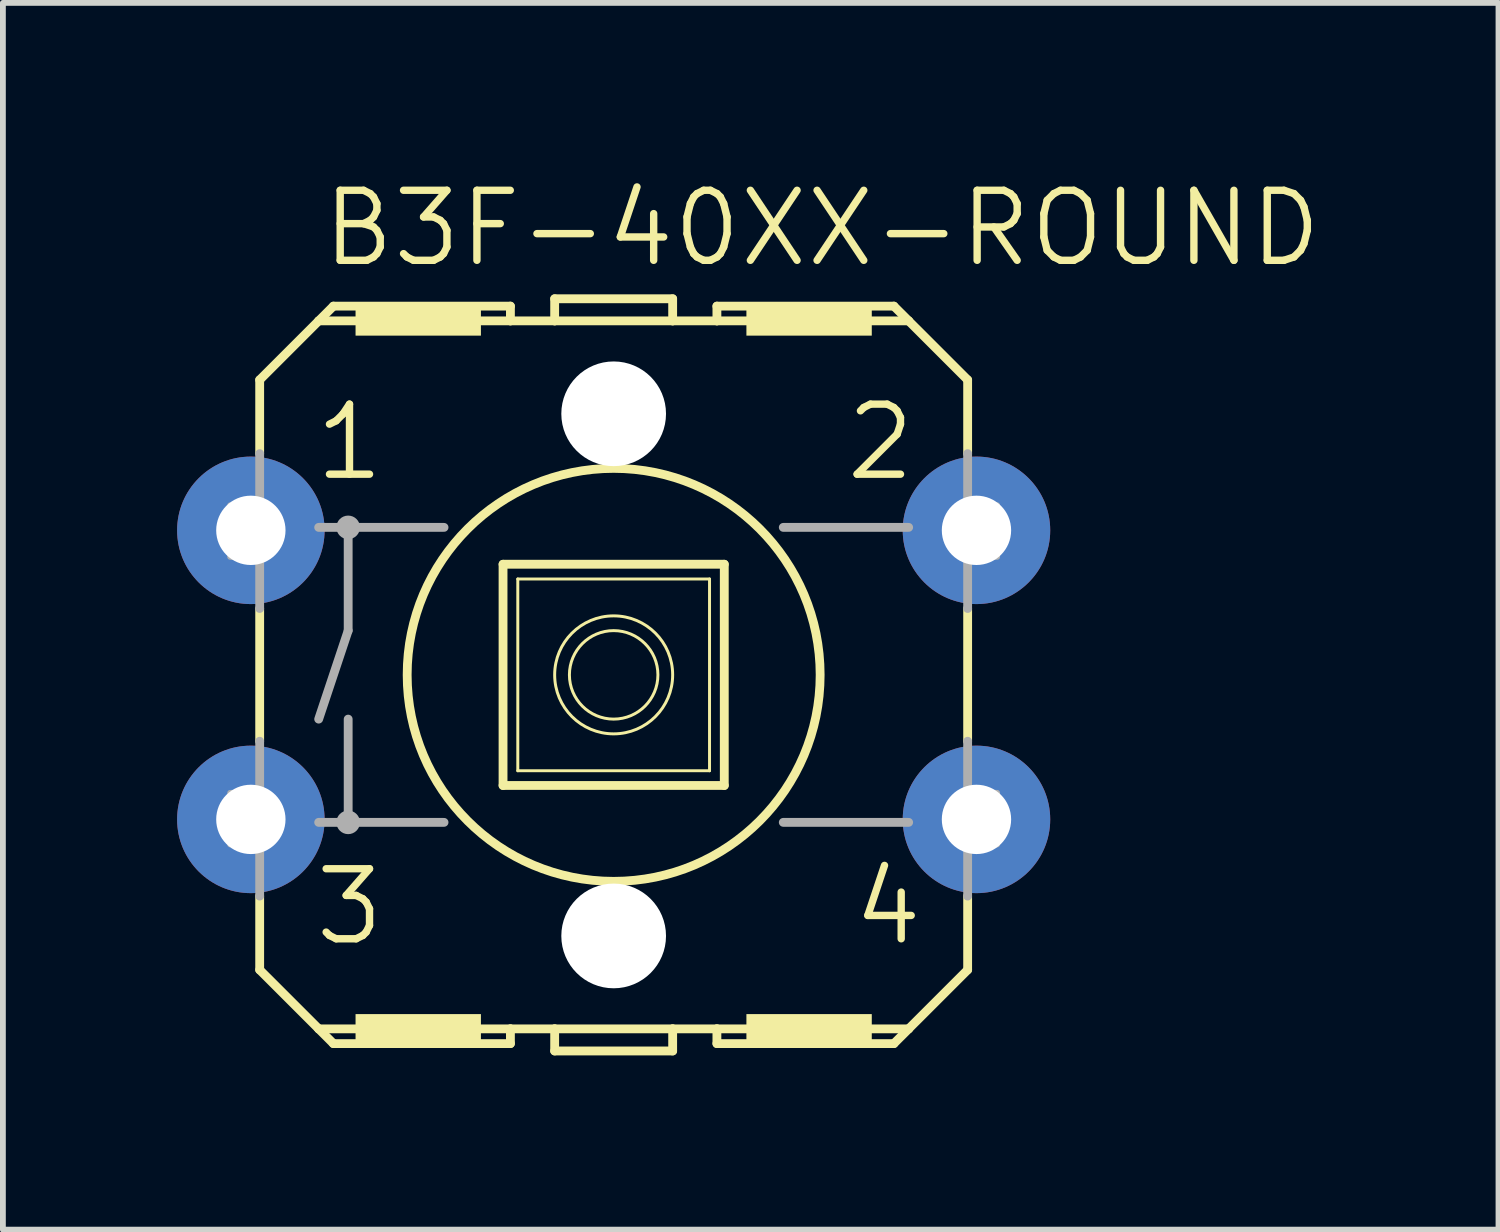
<source format=kicad_pcb>
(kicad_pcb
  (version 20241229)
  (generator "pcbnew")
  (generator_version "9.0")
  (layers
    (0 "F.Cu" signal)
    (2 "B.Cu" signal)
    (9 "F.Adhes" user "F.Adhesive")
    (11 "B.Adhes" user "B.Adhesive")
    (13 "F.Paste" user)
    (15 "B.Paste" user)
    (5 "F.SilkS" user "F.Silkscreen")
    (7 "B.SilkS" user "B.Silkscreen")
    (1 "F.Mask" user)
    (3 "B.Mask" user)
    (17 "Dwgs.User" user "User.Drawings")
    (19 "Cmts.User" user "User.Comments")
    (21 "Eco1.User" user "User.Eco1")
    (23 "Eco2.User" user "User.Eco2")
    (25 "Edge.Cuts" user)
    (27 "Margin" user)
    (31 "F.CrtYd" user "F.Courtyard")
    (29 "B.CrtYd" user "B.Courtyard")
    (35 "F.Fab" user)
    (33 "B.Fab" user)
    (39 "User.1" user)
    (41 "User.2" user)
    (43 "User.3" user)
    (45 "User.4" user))
  (footprint "B3F-40XX-ROUND"
    (layer "F.Cu")
    (at 7.518 8.572)
    (property "Reference" "B3F-40XX-ROUND" (at -5.08 -6.985 0) (layer "F.SilkS") (effects (font (size 1.206 1.206) (thickness 0.127)) (justify left bottom)))
    (attr through_hole)
    (fp_line (start -6.096 -5.08) (end -6.096 -3.81) (stroke (width 0.152) (type solid)) (layer "F.SilkS"))
    (fp_line (start -6.096 -1.143) (end -6.096 1.143) (stroke (width 0.152) (type solid)) (layer "F.SilkS"))
    (fp_line (start -6.096 3.81) (end -6.096 5.08) (stroke (width 0.152) (type solid)) (layer "F.SilkS"))
    (fp_line (start -6.096 5.08) (end -5.08 6.096) (stroke (width 0.152) (type solid)) (layer "F.SilkS"))
    (fp_line (start -5.08 -6.096) (end -6.096 -5.08) (stroke (width 0.152) (type solid)) (layer "F.SilkS"))
    (fp_line (start -5.08 -6.096) (end -4.826 -6.35) (stroke (width 0.152) (type solid)) (layer "F.SilkS"))
    (fp_line (start -5.08 -6.096) (end -1.778 -6.096) (stroke (width 0.152) (type solid)) (layer "F.SilkS"))
    (fp_line (start -5.08 6.096) (end -1.778 6.096) (stroke (width 0.152) (type solid)) (layer "F.SilkS"))
    (fp_line (start -4.826 6.35) (end -5.08 6.096) (stroke (width 0.152) (type solid)) (layer "F.SilkS"))
    (fp_line (start -1.905 -1.905) (end -1.905 1.905) (stroke (width 0.152) (type solid)) (layer "F.SilkS"))
    (fp_line (start -1.905 -1.905) (end 1.905 -1.905) (stroke (width 0.152) (type solid)) (layer "F.SilkS"))
    (fp_line (start -1.778 -6.35) (end -4.826 -6.35) (stroke (width 0.152) (type solid)) (layer "F.SilkS"))
    (fp_line (start -1.778 -6.35) (end -1.778 -6.096) (stroke (width 0.152) (type solid)) (layer "F.SilkS"))
    (fp_line (start -1.778 -6.096) (end -1.016 -6.096) (stroke (width 0.152) (type solid)) (layer "F.SilkS"))
    (fp_line (start -1.778 6.096) (end -1.778 6.35) (stroke (width 0.152) (type solid)) (layer "F.SilkS"))
    (fp_line (start -1.778 6.096) (end -1.016 6.096) (stroke (width 0.152) (type solid)) (layer "F.SilkS"))
    (fp_line (start -1.778 6.35) (end -4.826 6.35) (stroke (width 0.152) (type solid)) (layer "F.SilkS"))
    (fp_line (start -1.651 -1.651) (end -1.651 1.651) (stroke (width 0.051) (type solid)) (layer "F.SilkS"))
    (fp_line (start -1.651 -1.651) (end 1.651 -1.651) (stroke (width 0.051) (type solid)) (layer "F.SilkS"))
    (fp_line (start -1.016 -6.477) (end 1.016 -6.477) (stroke (width 0.152) (type solid)) (layer "F.SilkS"))
    (fp_line (start -1.016 -6.096) (end -1.016 -6.477) (stroke (width 0.152) (type solid)) (layer "F.SilkS"))
    (fp_line (start -1.016 -6.096) (end 1.016 -6.096) (stroke (width 0.152) (type solid)) (layer "F.SilkS"))
    (fp_line (start -1.016 6.096) (end 1.016 6.096) (stroke (width 0.152) (type solid)) (layer "F.SilkS"))
    (fp_line (start -1.016 6.477) (end -1.016 6.096) (stroke (width 0.152) (type solid)) (layer "F.SilkS"))
    (fp_line (start -1.016 6.477) (end 1.016 6.477) (stroke (width 0.152) (type solid)) (layer "F.SilkS"))
    (fp_line (start 1.016 -6.477) (end 1.016 -6.096) (stroke (width 0.152) (type solid)) (layer "F.SilkS"))
    (fp_line (start 1.016 6.096) (end 1.016 6.477) (stroke (width 0.152) (type solid)) (layer "F.SilkS"))
    (fp_line (start 1.016 6.096) (end 1.778 6.096) (stroke (width 0.152) (type solid)) (layer "F.SilkS"))
    (fp_line (start 1.651 1.651) (end -1.651 1.651) (stroke (width 0.051) (type solid)) (layer "F.SilkS"))
    (fp_line (start 1.651 1.651) (end 1.651 -1.651) (stroke (width 0.051) (type solid)) (layer "F.SilkS"))
    (fp_line (start 1.778 -6.35) (end 1.778 -6.096) (stroke (width 0.152) (type solid)) (layer "F.SilkS"))
    (fp_line (start 1.778 -6.096) (end 1.016 -6.096) (stroke (width 0.152) (type solid)) (layer "F.SilkS"))
    (fp_line (start 1.778 6.096) (end 1.778 6.35) (stroke (width 0.152) (type solid)) (layer "F.SilkS"))
    (fp_line (start 1.778 6.096) (end 5.08 6.096) (stroke (width 0.152) (type solid)) (layer "F.SilkS"))
    (fp_line (start 1.905 1.905) (end -1.905 1.905) (stroke (width 0.152) (type solid)) (layer "F.SilkS"))
    (fp_line (start 1.905 1.905) (end 1.905 -1.905) (stroke (width 0.152) (type solid)) (layer "F.SilkS"))
    (fp_line (start 4.826 -6.35) (end 1.778 -6.35) (stroke (width 0.152) (type solid)) (layer "F.SilkS"))
    (fp_line (start 4.826 6.35) (end 1.778 6.35) (stroke (width 0.152) (type solid)) (layer "F.SilkS"))
    (fp_line (start 5.08 -6.096) (end 1.778 -6.096) (stroke (width 0.152) (type solid)) (layer "F.SilkS"))
    (fp_line (start 5.08 -6.096) (end 4.826 -6.35) (stroke (width 0.152) (type solid)) (layer "F.SilkS"))
    (fp_line (start 5.08 6.096) (end 4.826 6.35) (stroke (width 0.152) (type solid)) (layer "F.SilkS"))
    (fp_line (start 5.08 6.096) (end 6.096 5.08) (stroke (width 0.152) (type solid)) (layer "F.SilkS"))
    (fp_line (start 6.096 -5.08) (end 5.08 -6.096) (stroke (width 0.152) (type solid)) (layer "F.SilkS"))
    (fp_line (start 6.096 -5.08) (end 6.096 -3.81) (stroke (width 0.152) (type solid)) (layer "F.SilkS"))
    (fp_line (start 6.096 -1.143) (end 6.096 1.143) (stroke (width 0.152) (type solid)) (layer "F.SilkS"))
    (fp_line (start 6.096 5.08) (end 6.096 3.81) (stroke (width 0.152) (type solid)) (layer "F.SilkS"))
    (fp_circle (center 0 0) (end 0.762 0) (stroke (width 0.051) (type solid)) (fill no) (layer "F.SilkS"))
    (fp_circle (center 0 0) (end 1.016 0) (stroke (width 0.051) (type solid)) (fill no) (layer "F.SilkS"))
    (fp_circle (center 0 0) (end 3.556 0) (stroke (width 0.152) (type solid)) (fill no) (layer "F.SilkS"))
    (fp_poly (pts (xy -4.445 -5.842) (xy -2.286 -5.842) (xy -2.286 -6.35) (xy -4.445 -6.35)) (stroke (width 0) (type solid)) (fill yes) (layer "F.SilkS"))
    (fp_poly (pts (xy -4.445 6.35) (xy -2.286 6.35) (xy -2.286 5.842) (xy -4.445 5.842)) (stroke (width 0) (type solid)) (fill yes) (layer "F.SilkS"))
    (fp_poly (pts (xy 2.286 -5.842) (xy 4.445 -5.842) (xy 4.445 -6.35) (xy 2.286 -6.35)) (stroke (width 0) (type solid)) (fill yes) (layer "F.SilkS"))
    (fp_poly (pts (xy 2.286 6.35) (xy 4.445 6.35) (xy 4.445 5.842) (xy 2.286 5.842)) (stroke (width 0) (type solid)) (fill yes) (layer "F.SilkS"))
    (fp_line (start -6.096 -1.143) (end -6.096 -3.81) (stroke (width 0.152) (type solid)) (layer "F.Fab"))
    (fp_line (start -6.096 3.81) (end -6.096 1.143) (stroke (width 0.152) (type solid)) (layer "F.Fab"))
    (fp_line (start -5.08 -2.54) (end -4.572 -2.54) (stroke (width 0.152) (type solid)) (layer "F.Fab"))
    (fp_line (start -5.08 2.54) (end -4.572 2.54) (stroke (width 0.152) (type solid)) (layer "F.Fab"))
    (fp_line (start -4.572 -2.54) (end -4.572 -0.762) (stroke (width 0.152) (type solid)) (layer "F.Fab"))
    (fp_line (start -4.572 -2.54) (end -2.921 -2.54) (stroke (width 0.152) (type solid)) (layer "F.Fab"))
    (fp_line (start -4.572 -0.762) (end -5.08 0.762) (stroke (width 0.152) (type solid)) (layer "F.Fab"))
    (fp_line (start -4.572 0.762) (end -4.572 2.54) (stroke (width 0.152) (type solid)) (layer "F.Fab"))
    (fp_line (start -4.572 2.54) (end -2.921 2.54) (stroke (width 0.152) (type solid)) (layer "F.Fab"))
    (fp_line (start 2.921 -2.54) (end 5.08 -2.54) (stroke (width 0.152) (type solid)) (layer "F.Fab"))
    (fp_line (start 2.921 2.54) (end 5.08 2.54) (stroke (width 0.152) (type solid)) (layer "F.Fab"))
    (fp_line (start 6.096 -1.143) (end 6.096 -3.81) (stroke (width 0.152) (type solid)) (layer "F.Fab"))
    (fp_line (start 6.096 3.81) (end 6.096 1.143) (stroke (width 0.152) (type solid)) (layer "F.Fab"))
    (fp_circle (center -4.572 -2.54) (end -4.445 -2.54) (stroke (width 0.152) (type solid)) (fill no) (layer "F.Fab"))
    (fp_circle (center -4.572 2.54) (end -4.445 2.54) (stroke (width 0.152) (type solid)) (fill no) (layer "F.Fab"))
    (fp_poly (pts (xy -6.604 -2.032) (xy -6.096 -2.032) (xy -6.096 -2.921) (xy -6.604 -2.921)) (stroke (width 0.1) (type solid)) (fill no) (layer "F.Fab"))
    (fp_poly (pts (xy -6.604 2.921) (xy -6.096 2.921) (xy -6.096 2.032) (xy -6.604 2.032)) (stroke (width 0.1) (type solid)) (fill no) (layer "F.Fab"))
    (fp_poly (pts (xy 6.096 -2.032) (xy 6.604 -2.032) (xy 6.604 -2.921) (xy 6.096 -2.921)) (stroke (width 0.1) (type solid)) (fill no) (layer "F.Fab"))
    (fp_poly (pts (xy 6.096 2.921) (xy 6.604 2.921) (xy 6.604 2.032) (xy 6.096 2.032)) (stroke (width 0.1) (type solid)) (fill no) (layer "F.Fab"))
    (fp_text user "1" (at -5.207 -3.302 0) (layer "F.SilkS") (effects (font (size 1.206 1.206) (thickness 0.127)) (justify left bottom)))
    (fp_text user "3" (at -5.207 4.699 0) (layer "F.SilkS") (effects (font (size 1.206 1.206) (thickness 0.127)) (justify left bottom)))
    (fp_text user "2" (at 3.937 -3.302 0) (layer "F.SilkS") (effects (font (size 1.206 1.206) (thickness 0.127)) (justify left bottom)))
    (fp_text user "4" (at 4.064 4.699 0) (layer "F.SilkS") (effects (font (size 1.206 1.206) (thickness 0.127)) (justify left bottom)))
    (pad "" np_thru_hole circle (at 0 -4.496) (size 1.803 1.803) (drill 1.803) (layers "*.Cu" "*.Mask"))
    (pad "" np_thru_hole circle (at 0 4.496) (size 1.803 1.803) (drill 1.803) (layers "*.Cu" "*.Mask"))
    (pad "1" thru_hole circle (at -6.248 -2.489) (size 2.54 2.54) (drill 1.194) (layers "*.Cu" "*.Mask"))
    (pad "2" thru_hole circle (at 6.248 -2.489) (size 2.54 2.54) (drill 1.194) (layers "*.Cu" "*.Mask"))
    (pad "3" thru_hole circle (at -6.248 2.489) (size 2.54 2.54) (drill 1.194) (layers "*.Cu" "*.Mask"))
    (pad "4" thru_hole circle (at 6.248 2.489) (size 2.54 2.54) (drill 1.194) (layers "*.Cu" "*.Mask")))
  (gr_rect
    (start -3 -3)
    (end 22.756 18.126)
    (stroke (width 0.1) (type default))
    (fill no)
    (layer "Edge.Cuts")))
</source>
